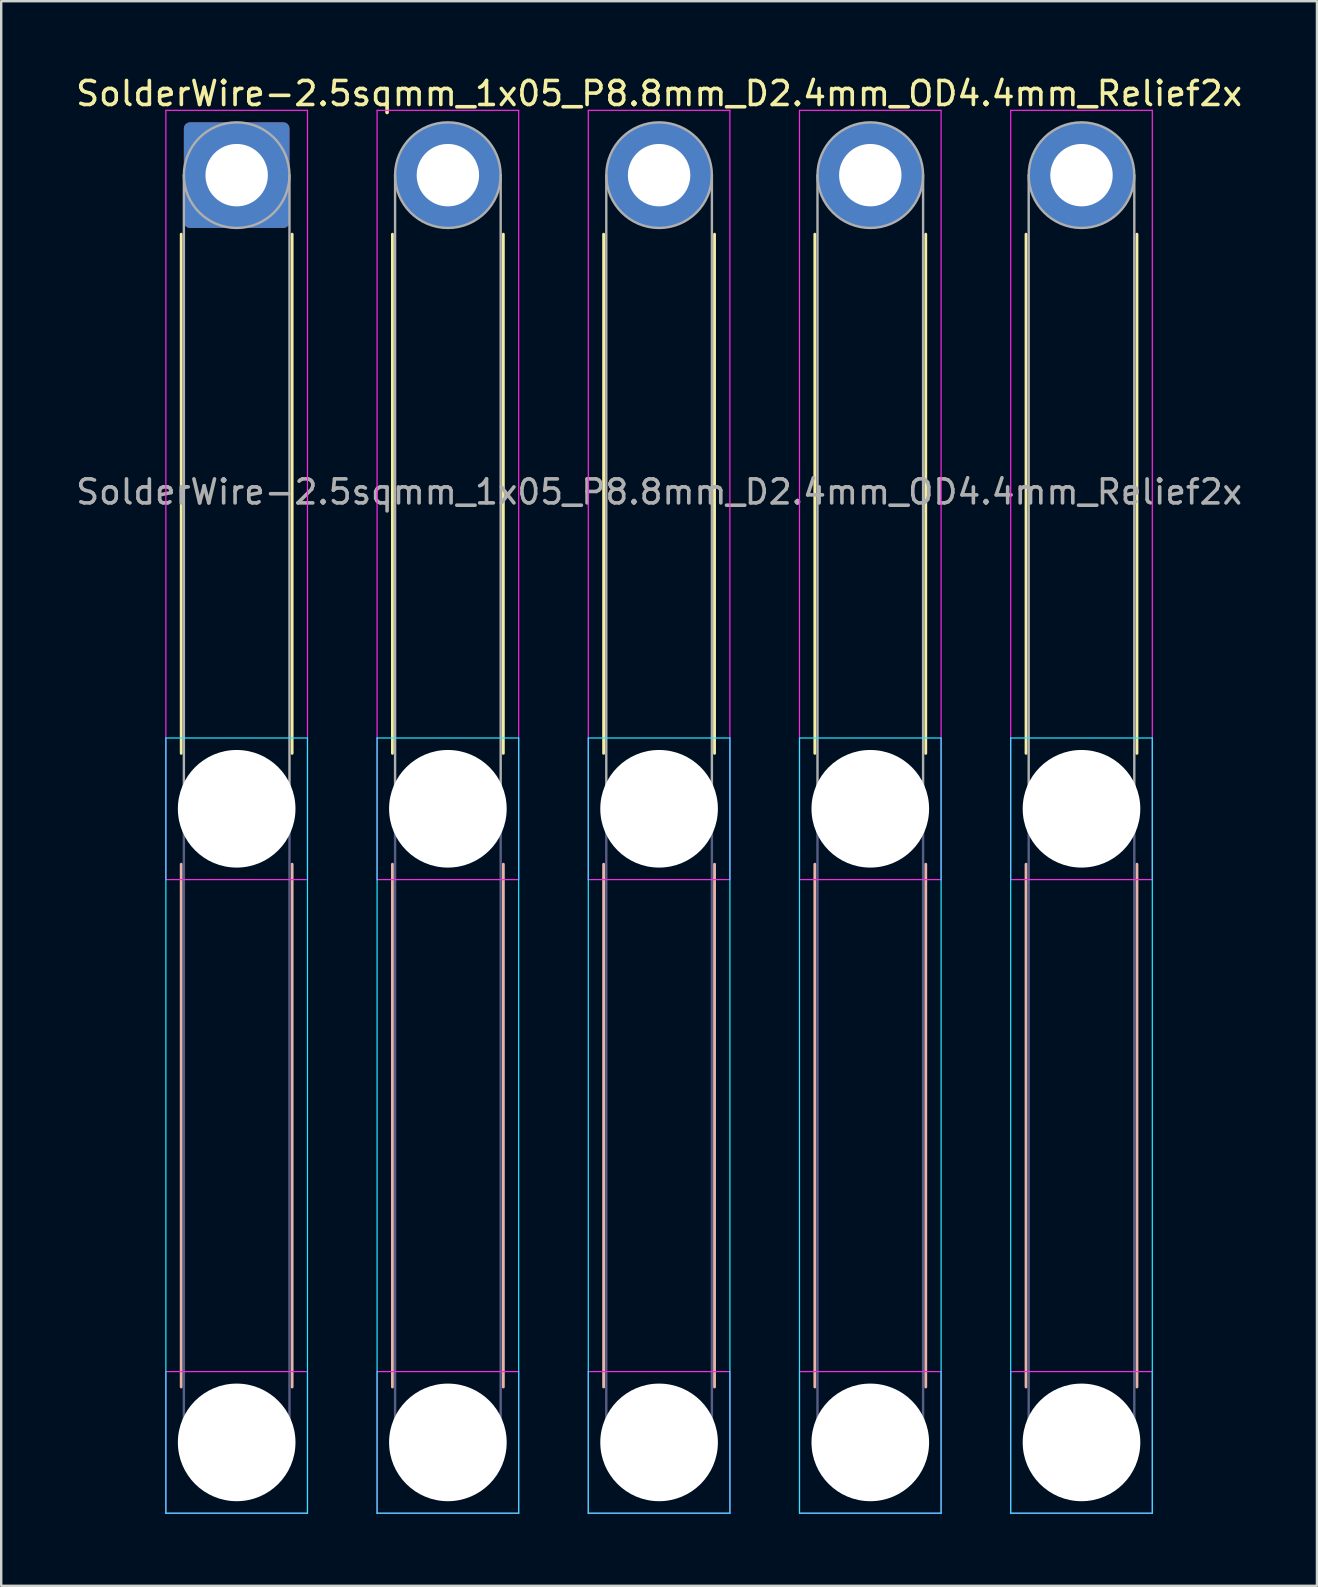
<source format=kicad_pcb>
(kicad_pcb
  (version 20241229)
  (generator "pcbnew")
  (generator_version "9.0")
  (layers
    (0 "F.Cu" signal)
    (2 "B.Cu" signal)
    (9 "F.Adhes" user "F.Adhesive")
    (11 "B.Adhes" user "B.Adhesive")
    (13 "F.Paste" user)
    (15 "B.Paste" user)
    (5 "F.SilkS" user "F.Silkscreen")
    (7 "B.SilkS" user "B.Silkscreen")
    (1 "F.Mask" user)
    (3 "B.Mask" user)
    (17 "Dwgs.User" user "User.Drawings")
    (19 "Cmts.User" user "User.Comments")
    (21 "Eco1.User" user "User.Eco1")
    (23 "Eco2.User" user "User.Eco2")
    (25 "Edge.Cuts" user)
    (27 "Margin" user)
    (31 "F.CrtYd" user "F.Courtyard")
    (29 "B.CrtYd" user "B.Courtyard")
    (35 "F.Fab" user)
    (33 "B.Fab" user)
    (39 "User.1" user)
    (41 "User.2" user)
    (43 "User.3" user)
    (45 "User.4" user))
  (footprint "SolderWire-2.5sqmm_1x05_P8.8mm_D2.4mm_OD4.4mm_Relief2x"
    (layer "F.Cu")
    (at 6.811 4.248)
    (property "Reference" "SolderWire-2.5sqmm_1x05_P8.8mm_D2.4mm_OD4.4mm_Relief2x" (at 17.6 -3.4 0) (layer "F.SilkS") (effects (font (size 1 1) (thickness 0.15))))
    (attr exclude_from_pos_files exclude_from_bom)
    (fp_line (start -2.31 2.46) (end -2.31 24.09) (stroke (width 0.12) (type solid)) (layer "F.SilkS"))
    (fp_line (start 2.31 2.46) (end 2.31 24.09) (stroke (width 0.12) (type solid)) (layer "F.SilkS"))
    (fp_line (start 6.49 2.46) (end 6.49 24.09) (stroke (width 0.12) (type solid)) (layer "F.SilkS"))
    (fp_line (start 11.11 2.46) (end 11.11 24.09) (stroke (width 0.12) (type solid)) (layer "F.SilkS"))
    (fp_line (start 15.29 2.46) (end 15.29 24.09) (stroke (width 0.12) (type solid)) (layer "F.SilkS"))
    (fp_line (start 19.91 2.46) (end 19.91 24.09) (stroke (width 0.12) (type solid)) (layer "F.SilkS"))
    (fp_line (start 24.09 2.46) (end 24.09 24.09) (stroke (width 0.12) (type solid)) (layer "F.SilkS"))
    (fp_line (start 28.71 2.46) (end 28.71 24.09) (stroke (width 0.12) (type solid)) (layer "F.SilkS"))
    (fp_line (start 32.89 2.46) (end 32.89 24.09) (stroke (width 0.12) (type solid)) (layer "F.SilkS"))
    (fp_line (start 37.51 2.46) (end 37.51 24.09) (stroke (width 0.12) (type solid)) (layer "F.SilkS"))
    (fp_line (start -2.31 28.71) (end -2.31 50.49) (stroke (width 0.12) (type solid)) (layer "B.SilkS"))
    (fp_line (start 2.31 28.71) (end 2.31 50.49) (stroke (width 0.12) (type solid)) (layer "B.SilkS"))
    (fp_line (start 6.49 28.71) (end 6.49 50.49) (stroke (width 0.12) (type solid)) (layer "B.SilkS"))
    (fp_line (start 11.11 28.71) (end 11.11 50.49) (stroke (width 0.12) (type solid)) (layer "B.SilkS"))
    (fp_line (start 15.29 28.71) (end 15.29 50.49) (stroke (width 0.12) (type solid)) (layer "B.SilkS"))
    (fp_line (start 19.91 28.71) (end 19.91 50.49) (stroke (width 0.12) (type solid)) (layer "B.SilkS"))
    (fp_line (start 24.09 28.71) (end 24.09 50.49) (stroke (width 0.12) (type solid)) (layer "B.SilkS"))
    (fp_line (start 28.71 28.71) (end 28.71 50.49) (stroke (width 0.12) (type solid)) (layer "B.SilkS"))
    (fp_line (start 32.89 28.71) (end 32.89 50.49) (stroke (width 0.12) (type solid)) (layer "B.SilkS"))
    (fp_line (start 37.51 28.71) (end 37.51 50.49) (stroke (width 0.12) (type solid)) (layer "B.SilkS"))
    (fp_line (start -2.95 23.45) (end -2.95 55.75) (stroke (width 0.05) (type solid)) (layer "B.CrtYd"))
    (fp_line (start -2.95 55.75) (end 2.95 55.75) (stroke (width 0.05) (type solid)) (layer "B.CrtYd"))
    (fp_line (start 2.95 23.45) (end -2.95 23.45) (stroke (width 0.05) (type solid)) (layer "B.CrtYd"))
    (fp_line (start 2.95 55.75) (end 2.95 23.45) (stroke (width 0.05) (type solid)) (layer "B.CrtYd"))
    (fp_line (start 5.85 23.45) (end 5.85 55.75) (stroke (width 0.05) (type solid)) (layer "B.CrtYd"))
    (fp_line (start 5.85 55.75) (end 11.75 55.75) (stroke (width 0.05) (type solid)) (layer "B.CrtYd"))
    (fp_line (start 11.75 23.45) (end 5.85 23.45) (stroke (width 0.05) (type solid)) (layer "B.CrtYd"))
    (fp_line (start 11.75 55.75) (end 11.75 23.45) (stroke (width 0.05) (type solid)) (layer "B.CrtYd"))
    (fp_line (start 14.65 23.45) (end 14.65 55.75) (stroke (width 0.05) (type solid)) (layer "B.CrtYd"))
    (fp_line (start 14.65 55.75) (end 20.55 55.75) (stroke (width 0.05) (type solid)) (layer "B.CrtYd"))
    (fp_line (start 20.55 23.45) (end 14.65 23.45) (stroke (width 0.05) (type solid)) (layer "B.CrtYd"))
    (fp_line (start 20.55 55.75) (end 20.55 23.45) (stroke (width 0.05) (type solid)) (layer "B.CrtYd"))
    (fp_line (start 23.45 23.45) (end 23.45 55.75) (stroke (width 0.05) (type solid)) (layer "B.CrtYd"))
    (fp_line (start 23.45 55.75) (end 29.35 55.75) (stroke (width 0.05) (type solid)) (layer "B.CrtYd"))
    (fp_line (start 29.35 23.45) (end 23.45 23.45) (stroke (width 0.05) (type solid)) (layer "B.CrtYd"))
    (fp_line (start 29.35 55.75) (end 29.35 23.45) (stroke (width 0.05) (type solid)) (layer "B.CrtYd"))
    (fp_line (start 32.25 23.45) (end 32.25 55.75) (stroke (width 0.05) (type solid)) (layer "B.CrtYd"))
    (fp_line (start 32.25 55.75) (end 38.15 55.75) (stroke (width 0.05) (type solid)) (layer "B.CrtYd"))
    (fp_line (start 38.15 23.45) (end 32.25 23.45) (stroke (width 0.05) (type solid)) (layer "B.CrtYd"))
    (fp_line (start 38.15 55.75) (end 38.15 23.45) (stroke (width 0.05) (type solid)) (layer "B.CrtYd"))
    (fp_line (start -2.95 -2.7) (end -2.95 29.35) (stroke (width 0.05) (type solid)) (layer "F.CrtYd"))
    (fp_line (start -2.95 29.35) (end 2.95 29.35) (stroke (width 0.05) (type solid)) (layer "F.CrtYd"))
    (fp_line (start -2.95 49.85) (end -2.95 55.75) (stroke (width 0.05) (type solid)) (layer "F.CrtYd"))
    (fp_line (start -2.95 55.75) (end 2.95 55.75) (stroke (width 0.05) (type solid)) (layer "F.CrtYd"))
    (fp_line (start 2.95 -2.7) (end -2.95 -2.7) (stroke (width 0.05) (type solid)) (layer "F.CrtYd"))
    (fp_line (start 2.95 29.35) (end 2.95 -2.7) (stroke (width 0.05) (type solid)) (layer "F.CrtYd"))
    (fp_line (start 2.95 49.85) (end -2.95 49.85) (stroke (width 0.05) (type solid)) (layer "F.CrtYd"))
    (fp_line (start 2.95 55.75) (end 2.95 49.85) (stroke (width 0.05) (type solid)) (layer "F.CrtYd"))
    (fp_line (start 5.85 -2.7) (end 5.85 29.35) (stroke (width 0.05) (type solid)) (layer "F.CrtYd"))
    (fp_line (start 5.85 29.35) (end 11.75 29.35) (stroke (width 0.05) (type solid)) (layer "F.CrtYd"))
    (fp_line (start 5.85 49.85) (end 5.85 55.75) (stroke (width 0.05) (type solid)) (layer "F.CrtYd"))
    (fp_line (start 5.85 55.75) (end 11.75 55.75) (stroke (width 0.05) (type solid)) (layer "F.CrtYd"))
    (fp_line (start 11.75 -2.7) (end 5.85 -2.7) (stroke (width 0.05) (type solid)) (layer "F.CrtYd"))
    (fp_line (start 11.75 29.35) (end 11.75 -2.7) (stroke (width 0.05) (type solid)) (layer "F.CrtYd"))
    (fp_line (start 11.75 49.85) (end 5.85 49.85) (stroke (width 0.05) (type solid)) (layer "F.CrtYd"))
    (fp_line (start 11.75 55.75) (end 11.75 49.85) (stroke (width 0.05) (type solid)) (layer "F.CrtYd"))
    (fp_line (start 14.65 -2.7) (end 14.65 29.35) (stroke (width 0.05) (type solid)) (layer "F.CrtYd"))
    (fp_line (start 14.65 29.35) (end 20.55 29.35) (stroke (width 0.05) (type solid)) (layer "F.CrtYd"))
    (fp_line (start 14.65 49.85) (end 14.65 55.75) (stroke (width 0.05) (type solid)) (layer "F.CrtYd"))
    (fp_line (start 14.65 55.75) (end 20.55 55.75) (stroke (width 0.05) (type solid)) (layer "F.CrtYd"))
    (fp_line (start 20.55 -2.7) (end 14.65 -2.7) (stroke (width 0.05) (type solid)) (layer "F.CrtYd"))
    (fp_line (start 20.55 29.35) (end 20.55 -2.7) (stroke (width 0.05) (type solid)) (layer "F.CrtYd"))
    (fp_line (start 20.55 49.85) (end 14.65 49.85) (stroke (width 0.05) (type solid)) (layer "F.CrtYd"))
    (fp_line (start 20.55 55.75) (end 20.55 49.85) (stroke (width 0.05) (type solid)) (layer "F.CrtYd"))
    (fp_line (start 23.45 -2.7) (end 23.45 29.35) (stroke (width 0.05) (type solid)) (layer "F.CrtYd"))
    (fp_line (start 23.45 29.35) (end 29.35 29.35) (stroke (width 0.05) (type solid)) (layer "F.CrtYd"))
    (fp_line (start 23.45 49.85) (end 23.45 55.75) (stroke (width 0.05) (type solid)) (layer "F.CrtYd"))
    (fp_line (start 23.45 55.75) (end 29.35 55.75) (stroke (width 0.05) (type solid)) (layer "F.CrtYd"))
    (fp_line (start 29.35 -2.7) (end 23.45 -2.7) (stroke (width 0.05) (type solid)) (layer "F.CrtYd"))
    (fp_line (start 29.35 29.35) (end 29.35 -2.7) (stroke (width 0.05) (type solid)) (layer "F.CrtYd"))
    (fp_line (start 29.35 49.85) (end 23.45 49.85) (stroke (width 0.05) (type solid)) (layer "F.CrtYd"))
    (fp_line (start 29.35 55.75) (end 29.35 49.85) (stroke (width 0.05) (type solid)) (layer "F.CrtYd"))
    (fp_line (start 32.25 -2.7) (end 32.25 29.35) (stroke (width 0.05) (type solid)) (layer "F.CrtYd"))
    (fp_line (start 32.25 29.35) (end 38.15 29.35) (stroke (width 0.05) (type solid)) (layer "F.CrtYd"))
    (fp_line (start 32.25 49.85) (end 32.25 55.75) (stroke (width 0.05) (type solid)) (layer "F.CrtYd"))
    (fp_line (start 32.25 55.75) (end 38.15 55.75) (stroke (width 0.05) (type solid)) (layer "F.CrtYd"))
    (fp_line (start 38.15 -2.7) (end 32.25 -2.7) (stroke (width 0.05) (type solid)) (layer "F.CrtYd"))
    (fp_line (start 38.15 29.35) (end 38.15 -2.7) (stroke (width 0.05) (type solid)) (layer "F.CrtYd"))
    (fp_line (start 38.15 49.85) (end 32.25 49.85) (stroke (width 0.05) (type solid)) (layer "F.CrtYd"))
    (fp_line (start 38.15 55.75) (end 38.15 49.85) (stroke (width 0.05) (type solid)) (layer "F.CrtYd"))
    (fp_line (start -2.2 26.4) (end -2.2 52.8) (stroke (width 0.1) (type solid)) (layer "B.Fab"))
    (fp_line (start 2.2 26.4) (end 2.2 52.8) (stroke (width 0.1) (type solid)) (layer "B.Fab"))
    (fp_line (start 6.6 26.4) (end 6.6 52.8) (stroke (width 0.1) (type solid)) (layer "B.Fab"))
    (fp_line (start 11 26.4) (end 11 52.8) (stroke (width 0.1) (type solid)) (layer "B.Fab"))
    (fp_line (start 15.4 26.4) (end 15.4 52.8) (stroke (width 0.1) (type solid)) (layer "B.Fab"))
    (fp_line (start 19.8 26.4) (end 19.8 52.8) (stroke (width 0.1) (type solid)) (layer "B.Fab"))
    (fp_line (start 24.2 26.4) (end 24.2 52.8) (stroke (width 0.1) (type solid)) (layer "B.Fab"))
    (fp_line (start 28.6 26.4) (end 28.6 52.8) (stroke (width 0.1) (type solid)) (layer "B.Fab"))
    (fp_line (start 33 26.4) (end 33 52.8) (stroke (width 0.1) (type solid)) (layer "B.Fab"))
    (fp_line (start 37.4 26.4) (end 37.4 52.8) (stroke (width 0.1) (type solid)) (layer "B.Fab"))
    (fp_circle (center 0 26.4) (end 2.2 26.4) (stroke (width 0.1) (type solid)) (fill no) (layer "B.Fab"))
    (fp_circle (center 0 52.8) (end 2.2 52.8) (stroke (width 0.1) (type solid)) (fill no) (layer "B.Fab"))
    (fp_circle (center 8.8 26.4) (end 11 26.4) (stroke (width 0.1) (type solid)) (fill no) (layer "B.Fab"))
    (fp_circle (center 8.8 52.8) (end 11 52.8) (stroke (width 0.1) (type solid)) (fill no) (layer "B.Fab"))
    (fp_circle (center 17.6 26.4) (end 19.8 26.4) (stroke (width 0.1) (type solid)) (fill no) (layer "B.Fab"))
    (fp_circle (center 17.6 52.8) (end 19.8 52.8) (stroke (width 0.1) (type solid)) (fill no) (layer "B.Fab"))
    (fp_circle (center 26.4 26.4) (end 28.6 26.4) (stroke (width 0.1) (type solid)) (fill no) (layer "B.Fab"))
    (fp_circle (center 26.4 52.8) (end 28.6 52.8) (stroke (width 0.1) (type solid)) (fill no) (layer "B.Fab"))
    (fp_circle (center 35.2 26.4) (end 37.4 26.4) (stroke (width 0.1) (type solid)) (fill no) (layer "B.Fab"))
    (fp_circle (center 35.2 52.8) (end 37.4 52.8) (stroke (width 0.1) (type solid)) (fill no) (layer "B.Fab"))
    (fp_line (start -2.2 0) (end -2.2 26.4) (stroke (width 0.1) (type solid)) (layer "F.Fab"))
    (fp_line (start 2.2 0) (end 2.2 26.4) (stroke (width 0.1) (type solid)) (layer "F.Fab"))
    (fp_line (start 6.6 0) (end 6.6 26.4) (stroke (width 0.1) (type solid)) (layer "F.Fab"))
    (fp_line (start 11 0) (end 11 26.4) (stroke (width 0.1) (type solid)) (layer "F.Fab"))
    (fp_line (start 15.4 0) (end 15.4 26.4) (stroke (width 0.1) (type solid)) (layer "F.Fab"))
    (fp_line (start 19.8 0) (end 19.8 26.4) (stroke (width 0.1) (type solid)) (layer "F.Fab"))
    (fp_line (start 24.2 0) (end 24.2 26.4) (stroke (width 0.1) (type solid)) (layer "F.Fab"))
    (fp_line (start 28.6 0) (end 28.6 26.4) (stroke (width 0.1) (type solid)) (layer "F.Fab"))
    (fp_line (start 33 0) (end 33 26.4) (stroke (width 0.1) (type solid)) (layer "F.Fab"))
    (fp_line (start 37.4 0) (end 37.4 26.4) (stroke (width 0.1) (type solid)) (layer "F.Fab"))
    (fp_circle (center 0 0) (end 2.2 0) (stroke (width 0.1) (type solid)) (fill no) (layer "F.Fab"))
    (fp_circle (center 0 26.4) (end 2.2 26.4) (stroke (width 0.1) (type solid)) (fill no) (layer "F.Fab"))
    (fp_circle (center 0 52.8) (end 2.2 52.8) (stroke (width 0.1) (type solid)) (fill no) (layer "F.Fab"))
    (fp_circle (center 8.8 0) (end 11 0) (stroke (width 0.1) (type solid)) (fill no) (layer "F.Fab"))
    (fp_circle (center 8.8 26.4) (end 11 26.4) (stroke (width 0.1) (type solid)) (fill no) (layer "F.Fab"))
    (fp_circle (center 8.8 52.8) (end 11 52.8) (stroke (width 0.1) (type solid)) (fill no) (layer "F.Fab"))
    (fp_circle (center 17.6 0) (end 19.8 0) (stroke (width 0.1) (type solid)) (fill no) (layer "F.Fab"))
    (fp_circle (center 17.6 26.4) (end 19.8 26.4) (stroke (width 0.1) (type solid)) (fill no) (layer "F.Fab"))
    (fp_circle (center 17.6 52.8) (end 19.8 52.8) (stroke (width 0.1) (type solid)) (fill no) (layer "F.Fab"))
    (fp_circle (center 26.4 0) (end 28.6 0) (stroke (width 0.1) (type solid)) (fill no) (layer "F.Fab"))
    (fp_circle (center 26.4 26.4) (end 28.6 26.4) (stroke (width 0.1) (type solid)) (fill no) (layer "F.Fab"))
    (fp_circle (center 26.4 52.8) (end 28.6 52.8) (stroke (width 0.1) (type solid)) (fill no) (layer "F.Fab"))
    (fp_circle (center 35.2 0) (end 37.4 0) (stroke (width 0.1) (type solid)) (fill no) (layer "F.Fab"))
    (fp_circle (center 35.2 26.4) (end 37.4 26.4) (stroke (width 0.1) (type solid)) (fill no) (layer "F.Fab"))
    (fp_circle (center 35.2 52.8) (end 37.4 52.8) (stroke (width 0.1) (type solid)) (fill no) (layer "F.Fab"))
    (fp_text user "${REFERENCE}" (at 17.6 13.2 0) (layer "F.Fab") (effects (font (size 1 1) (thickness 0.15))))
    (pad "" np_thru_hole circle (at 0 26.4) (size 4.9 4.9) (drill 4.9) (layers "*.Cu" "*.Mask"))
    (pad "" np_thru_hole circle (at 0 52.8) (size 4.9 4.9) (drill 4.9) (layers "*.Cu" "*.Mask"))
    (pad "" np_thru_hole circle (at 8.8 26.4) (size 4.9 4.9) (drill 4.9) (layers "*.Cu" "*.Mask"))
    (pad "" np_thru_hole circle (at 8.8 52.8) (size 4.9 4.9) (drill 4.9) (layers "*.Cu" "*.Mask"))
    (pad "" np_thru_hole circle (at 17.6 26.4) (size 4.9 4.9) (drill 4.9) (layers "*.Cu" "*.Mask"))
    (pad "" np_thru_hole circle (at 17.6 52.8) (size 4.9 4.9) (drill 4.9) (layers "*.Cu" "*.Mask"))
    (pad "" np_thru_hole circle (at 26.4 26.4) (size 4.9 4.9) (drill 4.9) (layers "*.Cu" "*.Mask"))
    (pad "" np_thru_hole circle (at 26.4 52.8) (size 4.9 4.9) (drill 4.9) (layers "*.Cu" "*.Mask"))
    (pad "" np_thru_hole circle (at 35.2 26.4) (size 4.9 4.9) (drill 4.9) (layers "*.Cu" "*.Mask"))
    (pad "" np_thru_hole circle (at 35.2 52.8) (size 4.9 4.9) (drill 4.9) (layers "*.Cu" "*.Mask"))
    (pad "1" thru_hole roundrect (at 0 0) (size 4.4 4.4) (drill 2.6) (layers "*.Cu" "*.Mask") (roundrect_rratio 0.057))
    (pad "2" thru_hole circle (at 8.8 0) (size 4.4 4.4) (drill 2.6) (layers "*.Cu" "*.Mask"))
    (pad "3" thru_hole circle (at 17.6 0) (size 4.4 4.4) (drill 2.6) (layers "*.Cu" "*.Mask"))
    (pad "4" thru_hole circle (at 26.4 0) (size 4.4 4.4) (drill 2.6) (layers "*.Cu" "*.Mask"))
    (pad "5" thru_hole circle (at 35.2 0) (size 4.4 4.4) (drill 2.6) (layers "*.Cu" "*.Mask")))
  (gr_rect
    (start -3 -3)
    (end 51.821 63.023)
    (stroke (width 0.1) (type default))
    (fill no)
    (layer "Edge.Cuts")))
</source>
